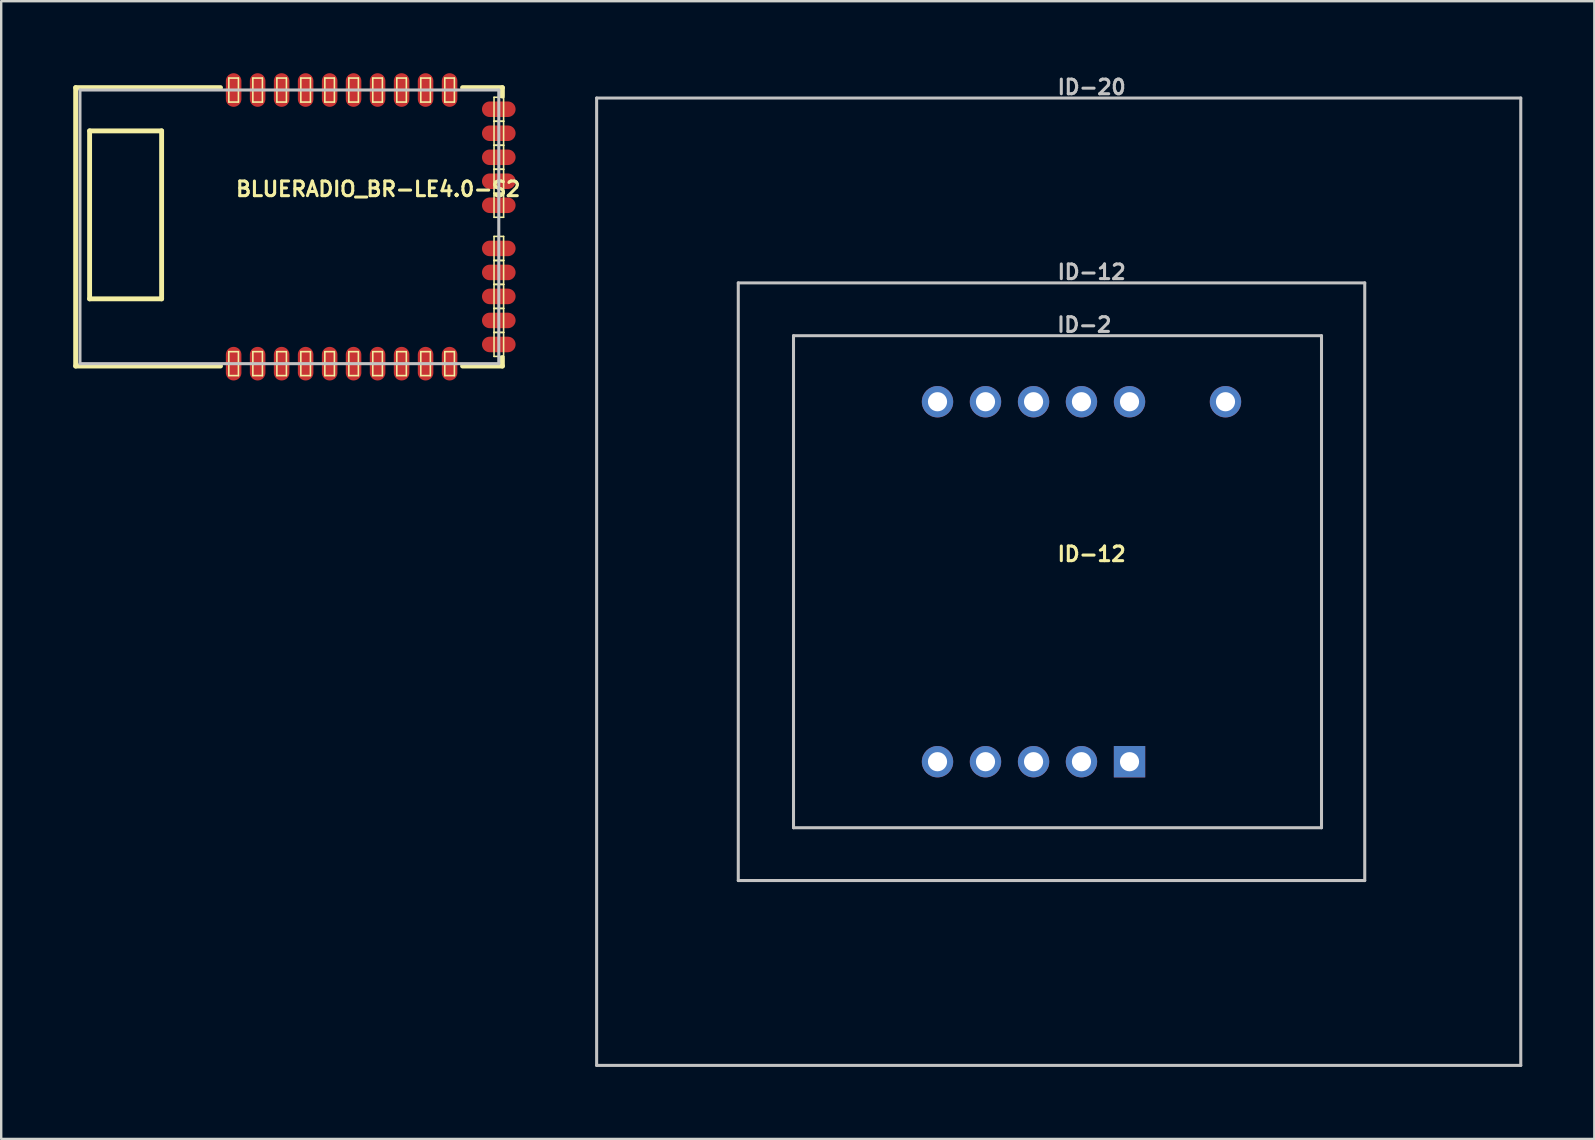
<source format=kicad_pcb>
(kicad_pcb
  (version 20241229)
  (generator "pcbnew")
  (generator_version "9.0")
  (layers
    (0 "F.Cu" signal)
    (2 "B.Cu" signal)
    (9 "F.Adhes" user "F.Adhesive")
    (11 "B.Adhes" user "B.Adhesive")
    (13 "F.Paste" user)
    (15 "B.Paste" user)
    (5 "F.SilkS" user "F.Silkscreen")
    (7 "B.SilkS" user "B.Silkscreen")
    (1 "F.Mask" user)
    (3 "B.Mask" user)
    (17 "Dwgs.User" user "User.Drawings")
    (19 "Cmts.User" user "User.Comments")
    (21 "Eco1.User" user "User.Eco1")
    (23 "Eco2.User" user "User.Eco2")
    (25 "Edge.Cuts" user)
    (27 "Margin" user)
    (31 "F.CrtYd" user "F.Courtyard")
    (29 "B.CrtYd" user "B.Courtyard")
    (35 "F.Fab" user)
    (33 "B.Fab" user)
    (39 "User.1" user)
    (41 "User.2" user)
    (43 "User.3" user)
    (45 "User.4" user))
  (footprint "BLUERADIO_BR-LE4.0-S2"
    (layer "F.Cu")
    (at 11.181 6.4)
    (property "Reference" "BLUERADIO_BR-LE4.0-S2" (at 1.524 -1.575 0) (layer "F.SilkS") (effects (font (size 0.61 0.61) (thickness 0.127))))
    (attr smd)
    (fp_line (start -11.079 -5.799) (end -11.079 5.799) (stroke (width 0.203) (type solid)) (layer "F.SilkS"))
    (fp_line (start -10.498 -3.998) (end -10.498 3) (stroke (width 0.203) (type solid)) (layer "F.SilkS"))
    (fp_line (start -10.498 3) (end -7.498 3) (stroke (width 0.203) (type solid)) (layer "F.SilkS"))
    (fp_line (start -7.498 -3.998) (end -10.498 -3.998) (stroke (width 0.203) (type solid)) (layer "F.SilkS"))
    (fp_line (start -7.498 3) (end -7.498 -3.998) (stroke (width 0.203) (type solid)) (layer "F.SilkS"))
    (fp_line (start -5.044 -5.799) (end -11.079 -5.799) (stroke (width 0.203) (type solid)) (layer "F.SilkS"))
    (fp_line (start -5.044 5.799) (end -11.079 5.799) (stroke (width 0.203) (type solid)) (layer "F.SilkS"))
    (fp_line (start -4.699 -6.198) (end -4.298 -6.198) (stroke (width 0.066) (type solid)) (layer "F.SilkS"))
    (fp_line (start -4.699 -5.199) (end -4.699 -6.198) (stroke (width 0.066) (type solid)) (layer "F.SilkS"))
    (fp_line (start -4.699 -5.199) (end -4.298 -5.199) (stroke (width 0.066) (type solid)) (layer "F.SilkS"))
    (fp_line (start -4.699 5.199) (end -4.298 5.199) (stroke (width 0.066) (type solid)) (layer "F.SilkS"))
    (fp_line (start -4.699 6.198) (end -4.699 5.199) (stroke (width 0.066) (type solid)) (layer "F.SilkS"))
    (fp_line (start -4.699 6.198) (end -4.298 6.198) (stroke (width 0.066) (type solid)) (layer "F.SilkS"))
    (fp_line (start -4.298 -5.199) (end -4.298 -6.198) (stroke (width 0.066) (type solid)) (layer "F.SilkS"))
    (fp_line (start -4.298 6.198) (end -4.298 5.199) (stroke (width 0.066) (type solid)) (layer "F.SilkS"))
    (fp_line (start -3.698 -6.198) (end -3.299 -6.198) (stroke (width 0.066) (type solid)) (layer "F.SilkS"))
    (fp_line (start -3.698 -5.199) (end -3.698 -6.198) (stroke (width 0.066) (type solid)) (layer "F.SilkS"))
    (fp_line (start -3.698 -5.199) (end -3.299 -5.199) (stroke (width 0.066) (type solid)) (layer "F.SilkS"))
    (fp_line (start -3.698 5.199) (end -3.299 5.199) (stroke (width 0.066) (type solid)) (layer "F.SilkS"))
    (fp_line (start -3.698 6.198) (end -3.698 5.199) (stroke (width 0.066) (type solid)) (layer "F.SilkS"))
    (fp_line (start -3.698 6.198) (end -3.299 6.198) (stroke (width 0.066) (type solid)) (layer "F.SilkS"))
    (fp_line (start -3.299 -5.199) (end -3.299 -6.198) (stroke (width 0.066) (type solid)) (layer "F.SilkS"))
    (fp_line (start -3.299 6.198) (end -3.299 5.199) (stroke (width 0.066) (type solid)) (layer "F.SilkS"))
    (fp_line (start -2.697 -6.198) (end -2.299 -6.198) (stroke (width 0.066) (type solid)) (layer "F.SilkS"))
    (fp_line (start -2.697 -5.199) (end -2.697 -6.198) (stroke (width 0.066) (type solid)) (layer "F.SilkS"))
    (fp_line (start -2.697 -5.199) (end -2.299 -5.199) (stroke (width 0.066) (type solid)) (layer "F.SilkS"))
    (fp_line (start -2.697 5.199) (end -2.299 5.199) (stroke (width 0.066) (type solid)) (layer "F.SilkS"))
    (fp_line (start -2.697 6.198) (end -2.697 5.199) (stroke (width 0.066) (type solid)) (layer "F.SilkS"))
    (fp_line (start -2.697 6.198) (end -2.299 6.198) (stroke (width 0.066) (type solid)) (layer "F.SilkS"))
    (fp_line (start -2.299 -5.199) (end -2.299 -6.198) (stroke (width 0.066) (type solid)) (layer "F.SilkS"))
    (fp_line (start -2.299 6.198) (end -2.299 5.199) (stroke (width 0.066) (type solid)) (layer "F.SilkS"))
    (fp_line (start -1.699 -6.198) (end -1.298 -6.198) (stroke (width 0.066) (type solid)) (layer "F.SilkS"))
    (fp_line (start -1.699 -5.199) (end -1.699 -6.198) (stroke (width 0.066) (type solid)) (layer "F.SilkS"))
    (fp_line (start -1.699 -5.199) (end -1.298 -5.199) (stroke (width 0.066) (type solid)) (layer "F.SilkS"))
    (fp_line (start -1.699 5.199) (end -1.298 5.199) (stroke (width 0.066) (type solid)) (layer "F.SilkS"))
    (fp_line (start -1.699 6.198) (end -1.699 5.199) (stroke (width 0.066) (type solid)) (layer "F.SilkS"))
    (fp_line (start -1.699 6.198) (end -1.298 6.198) (stroke (width 0.066) (type solid)) (layer "F.SilkS"))
    (fp_line (start -1.298 -5.199) (end -1.298 -6.198) (stroke (width 0.066) (type solid)) (layer "F.SilkS"))
    (fp_line (start -1.298 6.198) (end -1.298 5.199) (stroke (width 0.066) (type solid)) (layer "F.SilkS"))
    (fp_line (start -0.699 -6.198) (end -0.3 -6.198) (stroke (width 0.066) (type solid)) (layer "F.SilkS"))
    (fp_line (start -0.699 -5.199) (end -0.699 -6.198) (stroke (width 0.066) (type solid)) (layer "F.SilkS"))
    (fp_line (start -0.699 -5.199) (end -0.3 -5.199) (stroke (width 0.066) (type solid)) (layer "F.SilkS"))
    (fp_line (start -0.699 5.199) (end -0.3 5.199) (stroke (width 0.066) (type solid)) (layer "F.SilkS"))
    (fp_line (start -0.699 6.198) (end -0.699 5.199) (stroke (width 0.066) (type solid)) (layer "F.SilkS"))
    (fp_line (start -0.699 6.198) (end -0.3 6.198) (stroke (width 0.066) (type solid)) (layer "F.SilkS"))
    (fp_line (start -0.3 -5.199) (end -0.3 -6.198) (stroke (width 0.066) (type solid)) (layer "F.SilkS"))
    (fp_line (start -0.3 6.198) (end -0.3 5.199) (stroke (width 0.066) (type solid)) (layer "F.SilkS"))
    (fp_line (start 0.3 -6.198) (end 0.699 -6.198) (stroke (width 0.066) (type solid)) (layer "F.SilkS"))
    (fp_line (start 0.3 -5.199) (end 0.3 -6.198) (stroke (width 0.066) (type solid)) (layer "F.SilkS"))
    (fp_line (start 0.3 -5.199) (end 0.699 -5.199) (stroke (width 0.066) (type solid)) (layer "F.SilkS"))
    (fp_line (start 0.3 5.199) (end 0.699 5.199) (stroke (width 0.066) (type solid)) (layer "F.SilkS"))
    (fp_line (start 0.3 6.198) (end 0.3 5.199) (stroke (width 0.066) (type solid)) (layer "F.SilkS"))
    (fp_line (start 0.3 6.198) (end 0.699 6.198) (stroke (width 0.066) (type solid)) (layer "F.SilkS"))
    (fp_line (start 0.699 -5.199) (end 0.699 -6.198) (stroke (width 0.066) (type solid)) (layer "F.SilkS"))
    (fp_line (start 0.699 6.198) (end 0.699 5.199) (stroke (width 0.066) (type solid)) (layer "F.SilkS"))
    (fp_line (start 1.298 -6.198) (end 1.699 -6.198) (stroke (width 0.066) (type solid)) (layer "F.SilkS"))
    (fp_line (start 1.298 -5.199) (end 1.298 -6.198) (stroke (width 0.066) (type solid)) (layer "F.SilkS"))
    (fp_line (start 1.298 -5.199) (end 1.699 -5.199) (stroke (width 0.066) (type solid)) (layer "F.SilkS"))
    (fp_line (start 1.298 5.199) (end 1.699 5.199) (stroke (width 0.066) (type solid)) (layer "F.SilkS"))
    (fp_line (start 1.298 6.198) (end 1.298 5.199) (stroke (width 0.066) (type solid)) (layer "F.SilkS"))
    (fp_line (start 1.298 6.198) (end 1.699 6.198) (stroke (width 0.066) (type solid)) (layer "F.SilkS"))
    (fp_line (start 1.699 -5.199) (end 1.699 -6.198) (stroke (width 0.066) (type solid)) (layer "F.SilkS"))
    (fp_line (start 1.699 6.198) (end 1.699 5.199) (stroke (width 0.066) (type solid)) (layer "F.SilkS"))
    (fp_line (start 2.299 -6.198) (end 2.697 -6.198) (stroke (width 0.066) (type solid)) (layer "F.SilkS"))
    (fp_line (start 2.299 -5.199) (end 2.299 -6.198) (stroke (width 0.066) (type solid)) (layer "F.SilkS"))
    (fp_line (start 2.299 -5.199) (end 2.697 -5.199) (stroke (width 0.066) (type solid)) (layer "F.SilkS"))
    (fp_line (start 2.299 5.199) (end 2.697 5.199) (stroke (width 0.066) (type solid)) (layer "F.SilkS"))
    (fp_line (start 2.299 6.198) (end 2.299 5.199) (stroke (width 0.066) (type solid)) (layer "F.SilkS"))
    (fp_line (start 2.299 6.198) (end 2.697 6.198) (stroke (width 0.066) (type solid)) (layer "F.SilkS"))
    (fp_line (start 2.697 -5.199) (end 2.697 -6.198) (stroke (width 0.066) (type solid)) (layer "F.SilkS"))
    (fp_line (start 2.697 6.198) (end 2.697 5.199) (stroke (width 0.066) (type solid)) (layer "F.SilkS"))
    (fp_line (start 3.299 -6.198) (end 3.698 -6.198) (stroke (width 0.066) (type solid)) (layer "F.SilkS"))
    (fp_line (start 3.299 -5.199) (end 3.299 -6.198) (stroke (width 0.066) (type solid)) (layer "F.SilkS"))
    (fp_line (start 3.299 -5.199) (end 3.698 -5.199) (stroke (width 0.066) (type solid)) (layer "F.SilkS"))
    (fp_line (start 3.299 5.199) (end 3.698 5.199) (stroke (width 0.066) (type solid)) (layer "F.SilkS"))
    (fp_line (start 3.299 6.198) (end 3.299 5.199) (stroke (width 0.066) (type solid)) (layer "F.SilkS"))
    (fp_line (start 3.299 6.198) (end 3.698 6.198) (stroke (width 0.066) (type solid)) (layer "F.SilkS"))
    (fp_line (start 3.698 -5.199) (end 3.698 -6.198) (stroke (width 0.066) (type solid)) (layer "F.SilkS"))
    (fp_line (start 3.698 6.198) (end 3.698 5.199) (stroke (width 0.066) (type solid)) (layer "F.SilkS"))
    (fp_line (start 4.298 -6.198) (end 4.699 -6.198) (stroke (width 0.066) (type solid)) (layer "F.SilkS"))
    (fp_line (start 4.298 -5.199) (end 4.298 -6.198) (stroke (width 0.066) (type solid)) (layer "F.SilkS"))
    (fp_line (start 4.298 -5.199) (end 4.699 -5.199) (stroke (width 0.066) (type solid)) (layer "F.SilkS"))
    (fp_line (start 4.298 5.199) (end 4.699 5.199) (stroke (width 0.066) (type solid)) (layer "F.SilkS"))
    (fp_line (start 4.298 6.198) (end 4.298 5.199) (stroke (width 0.066) (type solid)) (layer "F.SilkS"))
    (fp_line (start 4.298 6.198) (end 4.699 6.198) (stroke (width 0.066) (type solid)) (layer "F.SilkS"))
    (fp_line (start 4.699 -5.199) (end 4.699 -6.198) (stroke (width 0.066) (type solid)) (layer "F.SilkS"))
    (fp_line (start 4.699 6.198) (end 4.699 5.199) (stroke (width 0.066) (type solid)) (layer "F.SilkS"))
    (fp_line (start 6.35 -5.397) (end 6.749 -5.397) (stroke (width 0.066) (type solid)) (layer "F.SilkS"))
    (fp_line (start 6.35 -4.399) (end 6.35 -5.397) (stroke (width 0.066) (type solid)) (layer "F.SilkS"))
    (fp_line (start 6.35 -4.399) (end 6.749 -4.399) (stroke (width 0.066) (type solid)) (layer "F.SilkS"))
    (fp_line (start 6.35 -4.399) (end 6.749 -4.399) (stroke (width 0.066) (type solid)) (layer "F.SilkS"))
    (fp_line (start 6.35 -3.399) (end 6.35 -4.399) (stroke (width 0.066) (type solid)) (layer "F.SilkS"))
    (fp_line (start 6.35 -3.399) (end 6.749 -3.399) (stroke (width 0.066) (type solid)) (layer "F.SilkS"))
    (fp_line (start 6.35 -3.399) (end 6.749 -3.399) (stroke (width 0.066) (type solid)) (layer "F.SilkS"))
    (fp_line (start 6.35 -2.398) (end 6.35 -3.399) (stroke (width 0.066) (type solid)) (layer "F.SilkS"))
    (fp_line (start 6.35 -2.398) (end 6.749 -2.398) (stroke (width 0.066) (type solid)) (layer "F.SilkS"))
    (fp_line (start 6.35 -2.398) (end 6.749 -2.398) (stroke (width 0.066) (type solid)) (layer "F.SilkS"))
    (fp_line (start 6.35 -1.4) (end 6.35 -2.398) (stroke (width 0.066) (type solid)) (layer "F.SilkS"))
    (fp_line (start 6.35 -1.4) (end 6.749 -1.4) (stroke (width 0.066) (type solid)) (layer "F.SilkS"))
    (fp_line (start 6.35 -1.4) (end 6.749 -1.4) (stroke (width 0.066) (type solid)) (layer "F.SilkS"))
    (fp_line (start 6.35 -0.399) (end 6.35 -1.4) (stroke (width 0.066) (type solid)) (layer "F.SilkS"))
    (fp_line (start 6.35 -0.399) (end 6.749 -0.399) (stroke (width 0.066) (type solid)) (layer "F.SilkS"))
    (fp_line (start 6.35 0.399) (end 6.749 0.399) (stroke (width 0.066) (type solid)) (layer "F.SilkS"))
    (fp_line (start 6.35 1.4) (end 6.35 0.399) (stroke (width 0.066) (type solid)) (layer "F.SilkS"))
    (fp_line (start 6.35 1.4) (end 6.749 1.4) (stroke (width 0.066) (type solid)) (layer "F.SilkS"))
    (fp_line (start 6.35 1.4) (end 6.749 1.4) (stroke (width 0.066) (type solid)) (layer "F.SilkS"))
    (fp_line (start 6.35 2.398) (end 6.35 1.4) (stroke (width 0.066) (type solid)) (layer "F.SilkS"))
    (fp_line (start 6.35 2.398) (end 6.749 2.398) (stroke (width 0.066) (type solid)) (layer "F.SilkS"))
    (fp_line (start 6.35 2.398) (end 6.749 2.398) (stroke (width 0.066) (type solid)) (layer "F.SilkS"))
    (fp_line (start 6.35 3.399) (end 6.35 2.398) (stroke (width 0.066) (type solid)) (layer "F.SilkS"))
    (fp_line (start 6.35 3.399) (end 6.749 3.399) (stroke (width 0.066) (type solid)) (layer "F.SilkS"))
    (fp_line (start 6.35 3.399) (end 6.749 3.399) (stroke (width 0.066) (type solid)) (layer "F.SilkS"))
    (fp_line (start 6.35 4.399) (end 6.35 3.399) (stroke (width 0.066) (type solid)) (layer "F.SilkS"))
    (fp_line (start 6.35 4.399) (end 6.749 4.399) (stroke (width 0.066) (type solid)) (layer "F.SilkS"))
    (fp_line (start 6.35 4.399) (end 6.749 4.399) (stroke (width 0.066) (type solid)) (layer "F.SilkS"))
    (fp_line (start 6.35 5.397) (end 6.35 4.399) (stroke (width 0.066) (type solid)) (layer "F.SilkS"))
    (fp_line (start 6.35 5.397) (end 6.749 5.397) (stroke (width 0.066) (type solid)) (layer "F.SilkS"))
    (fp_line (start 6.698 -5.799) (end 5.039 -5.799) (stroke (width 0.203) (type solid)) (layer "F.SilkS"))
    (fp_line (start 6.698 -5.799) (end 6.698 -5.448) (stroke (width 0.203) (type solid)) (layer "F.SilkS"))
    (fp_line (start 6.698 5.448) (end 6.698 5.799) (stroke (width 0.203) (type solid)) (layer "F.SilkS"))
    (fp_line (start 6.698 5.799) (end 5.039 5.799) (stroke (width 0.203) (type solid)) (layer "F.SilkS"))
    (fp_line (start 6.749 -4.399) (end 6.749 -5.397) (stroke (width 0.066) (type solid)) (layer "F.SilkS"))
    (fp_line (start 6.749 -3.399) (end 6.749 -4.399) (stroke (width 0.066) (type solid)) (layer "F.SilkS"))
    (fp_line (start 6.749 -2.398) (end 6.749 -3.399) (stroke (width 0.066) (type solid)) (layer "F.SilkS"))
    (fp_line (start 6.749 -1.4) (end 6.749 -2.398) (stroke (width 0.066) (type solid)) (layer "F.SilkS"))
    (fp_line (start 6.749 -0.399) (end 6.749 -1.4) (stroke (width 0.066) (type solid)) (layer "F.SilkS"))
    (fp_line (start 6.749 1.4) (end 6.749 0.399) (stroke (width 0.066) (type solid)) (layer "F.SilkS"))
    (fp_line (start 6.749 2.398) (end 6.749 1.4) (stroke (width 0.066) (type solid)) (layer "F.SilkS"))
    (fp_line (start 6.749 3.399) (end 6.749 2.398) (stroke (width 0.066) (type solid)) (layer "F.SilkS"))
    (fp_line (start 6.749 4.399) (end 6.749 3.399) (stroke (width 0.066) (type solid)) (layer "F.SilkS"))
    (fp_line (start 6.749 5.397) (end 6.749 4.399) (stroke (width 0.066) (type solid)) (layer "F.SilkS"))
    (fp_line (start -10.899 -5.7) (end -10.899 5.7) (stroke (width 0.127) (type solid)) (layer "Dwgs.User"))
    (fp_line (start -10.899 5.7) (end 6.548 5.7) (stroke (width 0.127) (type solid)) (layer "Dwgs.User"))
    (fp_line (start 6.548 -5.7) (end -10.899 -5.7) (stroke (width 0.127) (type solid)) (layer "Dwgs.User"))
    (fp_line (start 6.548 5.7) (end 6.548 -5.7) (stroke (width 0.127) (type solid)) (layer "Dwgs.User"))
    (pad "1" smd oval (at -4.498 5.7) (size 0.648 1.4) (layers "F.Cu" "F.Mask" "F.Paste"))
    (pad "2" smd oval (at -3.498 5.7) (size 0.648 1.4) (layers "F.Cu" "F.Mask" "F.Paste"))
    (pad "3" smd oval (at -2.499 5.7) (size 0.648 1.4) (layers "F.Cu" "F.Mask" "F.Paste"))
    (pad "4" smd oval (at -1.499 5.7) (size 0.648 1.4) (layers "F.Cu" "F.Mask" "F.Paste"))
    (pad "5" smd oval (at -0.498 5.7) (size 0.648 1.4) (layers "F.Cu" "F.Mask" "F.Paste"))
    (pad "6" smd oval (at 0.498 5.7) (size 0.648 1.4) (layers "F.Cu" "F.Mask" "F.Paste"))
    (pad "7" smd oval (at 1.499 5.7) (size 0.648 1.4) (layers "F.Cu" "F.Mask" "F.Paste"))
    (pad "8" smd oval (at 2.499 5.7) (size 0.648 1.4) (layers "F.Cu" "F.Mask" "F.Paste"))
    (pad "9" smd oval (at 3.498 5.7) (size 0.648 1.4) (layers "F.Cu" "F.Mask" "F.Paste"))
    (pad "10" smd oval (at 4.498 5.7) (size 0.648 1.4) (layers "F.Cu" "F.Mask" "F.Paste"))
    (pad "11" smd oval (at 6.548 4.9 90) (size 0.648 1.4) (layers "F.Cu" "F.Mask" "F.Paste"))
    (pad "12" smd oval (at 6.548 3.899 90) (size 0.648 1.4) (layers "F.Cu" "F.Mask" "F.Paste"))
    (pad "13" smd oval (at 6.548 2.898 90) (size 0.648 1.4) (layers "F.Cu" "F.Mask" "F.Paste"))
    (pad "14" smd oval (at 6.548 1.9 90) (size 0.648 1.4) (layers "F.Cu" "F.Mask" "F.Paste"))
    (pad "15" smd oval (at 6.548 0.899 90) (size 0.648 1.4) (layers "F.Cu" "F.Mask" "F.Paste"))
    (pad "16" smd oval (at 6.548 -0.899 90) (size 0.648 1.4) (layers "F.Cu" "F.Mask" "F.Paste"))
    (pad "17" smd oval (at 6.548 -1.9 90) (size 0.648 1.4) (layers "F.Cu" "F.Mask" "F.Paste"))
    (pad "18" smd oval (at 6.548 -2.898 90) (size 0.648 1.4) (layers "F.Cu" "F.Mask" "F.Paste"))
    (pad "19" smd oval (at 6.548 -3.899 90) (size 0.648 1.4) (layers "F.Cu" "F.Mask" "F.Paste"))
    (pad "20" smd oval (at 6.548 -4.9 90) (size 0.648 1.4) (layers "F.Cu" "F.Mask" "F.Paste"))
    (pad "21" smd oval (at 4.498 -5.7) (size 0.648 1.4) (layers "F.Cu" "F.Mask" "F.Paste"))
    (pad "22" smd oval (at 3.498 -5.7) (size 0.648 1.4) (layers "F.Cu" "F.Mask" "F.Paste"))
    (pad "23" smd oval (at 2.499 -5.7) (size 0.648 1.4) (layers "F.Cu" "F.Mask" "F.Paste"))
    (pad "24" smd oval (at 1.499 -5.7) (size 0.648 1.4) (layers "F.Cu" "F.Mask" "F.Paste"))
    (pad "25" smd oval (at 0.498 -5.7 180) (size 0.648 1.4) (layers "F.Cu" "F.Mask" "F.Paste"))
    (pad "26" smd oval (at -0.498 -5.7 180) (size 0.648 1.4) (layers "F.Cu" "F.Mask" "F.Paste"))
    (pad "27" smd oval (at -1.499 -5.7 180) (size 0.648 1.4) (layers "F.Cu" "F.Mask" "F.Paste"))
    (pad "28" smd oval (at -2.499 -5.7 180) (size 0.648 1.4) (layers "F.Cu" "F.Mask" "F.Paste"))
    (pad "29" smd oval (at -3.498 -5.7 180) (size 0.648 1.4) (layers "F.Cu" "F.Mask" "F.Paste"))
    (pad "30" smd oval (at -4.498 -5.7 180) (size 0.648 1.4) (layers "F.Cu" "F.Mask" "F.Paste")))
  (footprint "ID-12"
    (layer "F.Cu")
    (at 41.005 21.184)
    (property "Reference" "ID-12" (at 1.422 -1.153 0) (layer "F.SilkS") (effects (font (size 0.61 0.61) (thickness 0.127))))
    (attr exclude_from_pos_files exclude_from_bom)
    (fp_line (start -19.2 -20.15) (end 19.299 -20.15) (stroke (width 0.127) (type solid)) (layer "Dwgs.User"))
    (fp_line (start -19.2 20.15) (end -19.2 -20.15) (stroke (width 0.127) (type solid)) (layer "Dwgs.User"))
    (fp_line (start -13.299 -12.449) (end -13.299 12.449) (stroke (width 0.127) (type solid)) (layer "Dwgs.User"))
    (fp_line (start -13.299 12.449) (end 12.799 12.449) (stroke (width 0.127) (type solid)) (layer "Dwgs.User"))
    (fp_line (start -10.998 -10.249) (end 10.998 -10.249) (stroke (width 0.127) (type solid)) (layer "Dwgs.User"))
    (fp_line (start -10.998 10.249) (end -10.998 -10.249) (stroke (width 0.127) (type solid)) (layer "Dwgs.User"))
    (fp_line (start 10.998 -10.249) (end 10.998 10.249) (stroke (width 0.127) (type solid)) (layer "Dwgs.User"))
    (fp_line (start 10.998 10.249) (end -10.998 10.249) (stroke (width 0.127) (type solid)) (layer "Dwgs.User"))
    (fp_line (start 12.799 -12.449) (end -13.299 -12.449) (stroke (width 0.127) (type solid)) (layer "Dwgs.User"))
    (fp_line (start 12.799 12.449) (end 12.799 -12.449) (stroke (width 0.127) (type solid)) (layer "Dwgs.User"))
    (fp_line (start 19.299 -20.15) (end 19.299 20.15) (stroke (width 0.127) (type solid)) (layer "Dwgs.User"))
    (fp_line (start 19.299 20.15) (end -19.2 20.15) (stroke (width 0.127) (type solid)) (layer "Dwgs.User"))
    (fp_text user "ID-12" (at 1.422 -12.903 0) (layer "Dwgs.User") (effects (font (size 0.61 0.61) (thickness 0.127))))
    (fp_text user "ID-2" (at 1.118 -10.704 0) (layer "Dwgs.User") (effects (font (size 0.61 0.61) (thickness 0.127))))
    (fp_text user "ID-20" (at 1.422 -20.604 0) (layer "Dwgs.User") (effects (font (size 0.61 0.61) (thickness 0.127))))
    (pad "1" thru_hole rect (at 3 7.498) (size 1.306 1.306) (drill 0.798) (layers "*.Cu" "*.Paste" "*.Mask"))
    (pad "2" thru_hole circle (at 0.998 7.498) (size 1.306 1.306) (drill 0.798) (layers "*.Cu" "*.Paste" "*.Mask"))
    (pad "3" thru_hole circle (at -0.998 7.498) (size 1.306 1.306) (drill 0.798) (layers "*.Cu" "*.Paste" "*.Mask"))
    (pad "4" thru_hole circle (at -3 7.498) (size 1.306 1.306) (drill 0.798) (layers "*.Cu" "*.Paste" "*.Mask"))
    (pad "5" thru_hole circle (at -4.999 7.498) (size 1.306 1.306) (drill 0.798) (layers "*.Cu" "*.Paste" "*.Mask"))
    (pad "6" thru_hole circle (at -4.999 -7.498) (size 1.306 1.306) (drill 0.798) (layers "*.Cu" "*.Paste" "*.Mask"))
    (pad "7" thru_hole circle (at -3 -7.498) (size 1.306 1.306) (drill 0.798) (layers "*.Cu" "*.Paste" "*.Mask"))
    (pad "8" thru_hole circle (at -0.998 -7.498) (size 1.306 1.306) (drill 0.798) (layers "*.Cu" "*.Paste" "*.Mask"))
    (pad "9" thru_hole circle (at 0.998 -7.498) (size 1.306 1.306) (drill 0.798) (layers "*.Cu" "*.Paste" "*.Mask"))
    (pad "10" thru_hole circle (at 3 -7.498) (size 1.306 1.306) (drill 0.798) (layers "*.Cu" "*.Paste" "*.Mask"))
    (pad "11" thru_hole circle (at 6.998 -7.498) (size 1.306 1.306) (drill 0.798) (layers "*.Cu" "*.Paste" "*.Mask")))
  (gr_rect
    (start -3 -3)
    (end 63.368 44.397)
    (stroke (width 0.1) (type default))
    (fill no)
    (layer "Edge.Cuts")))
</source>
